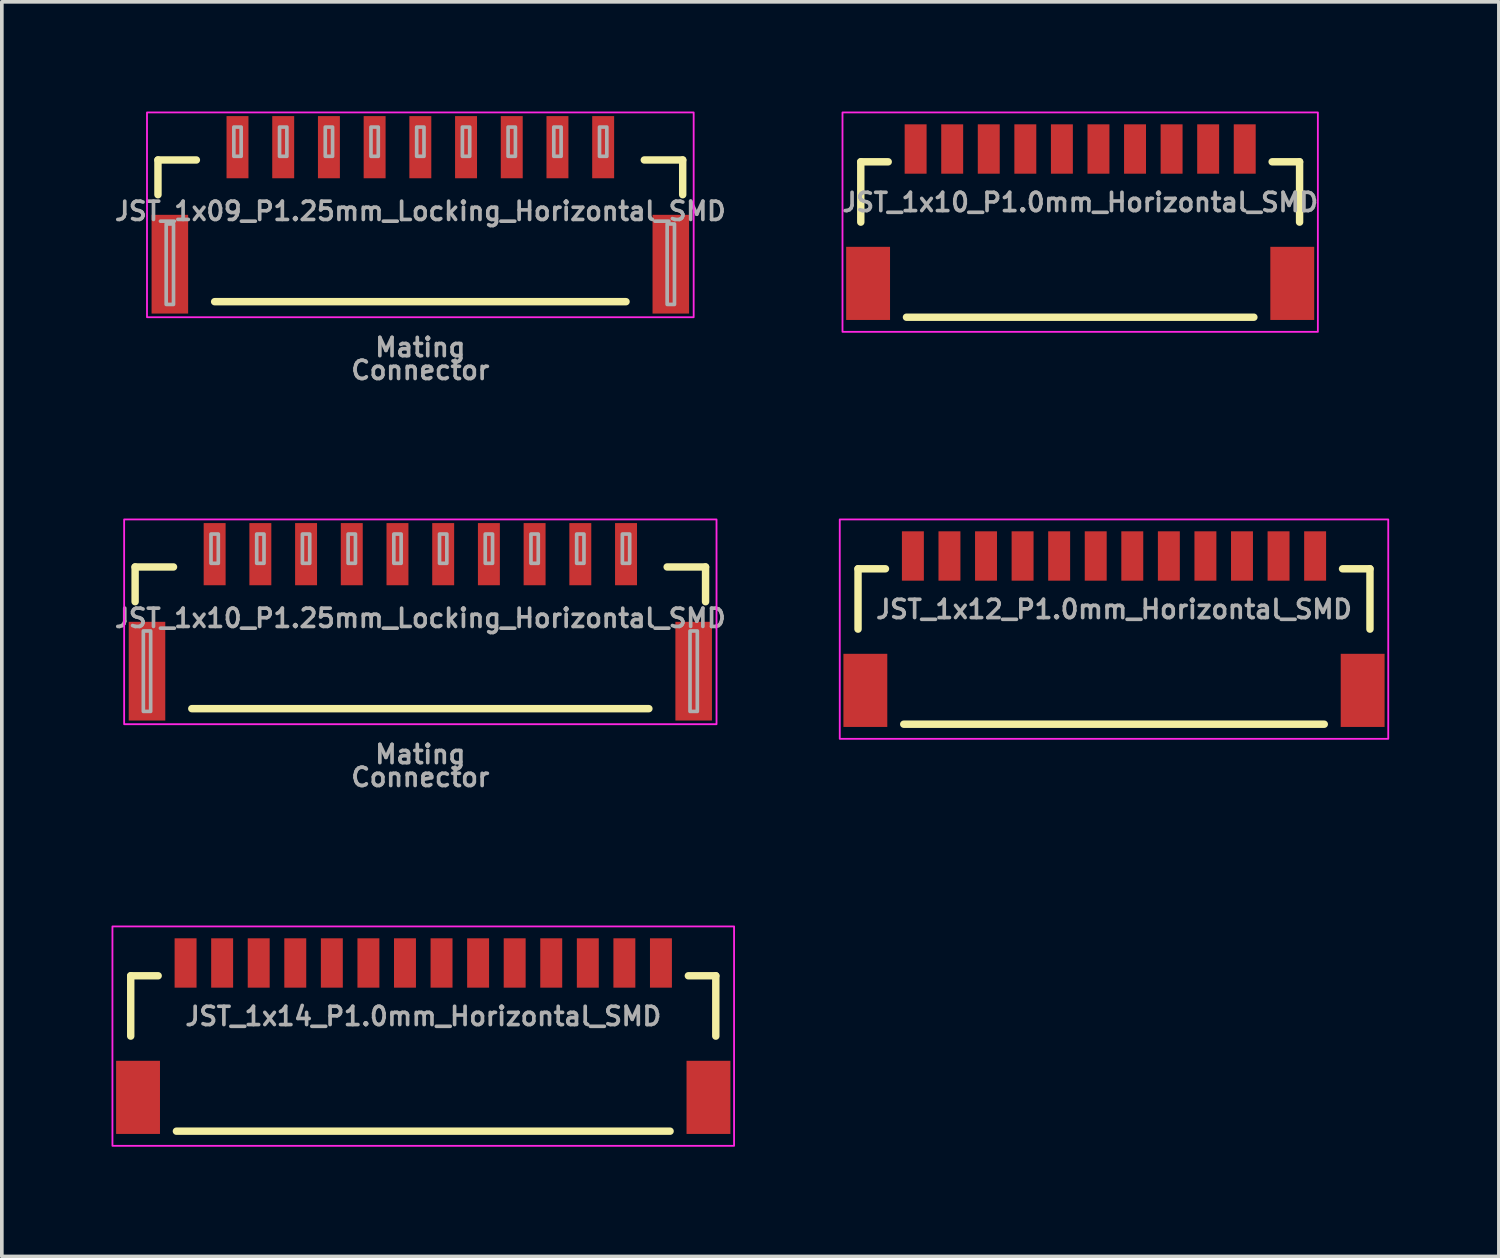
<source format=kicad_pcb>
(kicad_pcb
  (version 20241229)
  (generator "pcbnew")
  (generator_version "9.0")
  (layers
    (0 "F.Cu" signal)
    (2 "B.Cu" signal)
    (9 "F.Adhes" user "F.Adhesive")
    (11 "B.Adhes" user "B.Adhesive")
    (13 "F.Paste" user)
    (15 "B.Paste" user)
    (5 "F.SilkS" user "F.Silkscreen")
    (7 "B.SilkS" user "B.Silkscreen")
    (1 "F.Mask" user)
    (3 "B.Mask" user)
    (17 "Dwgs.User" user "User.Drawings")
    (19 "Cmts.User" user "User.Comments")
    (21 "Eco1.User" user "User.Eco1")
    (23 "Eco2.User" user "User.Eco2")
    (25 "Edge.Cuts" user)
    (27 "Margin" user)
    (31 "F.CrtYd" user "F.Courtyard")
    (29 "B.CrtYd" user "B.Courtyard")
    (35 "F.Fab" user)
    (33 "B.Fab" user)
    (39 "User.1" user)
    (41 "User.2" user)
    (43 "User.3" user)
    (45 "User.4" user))
  (footprint "JST_1x12_P1.0mm_Horizontal_SMD"
    (layer "F.Cu")
    (at 27.415 12.155)
    (property "Reference" "JST_1x12_P1.0mm_Horizontal_SMD" (at 0 1.75 0) (layer "F.Fab") (effects (font (size 0.5 0.5) (thickness 0.1)) (justify bottom)))
    (attr smd)
    (fp_line (start -7 0.35) (end -6.25 0.35) (stroke (width 0.203) (type solid)) (layer "F.SilkS"))
    (fp_line (start -7 2) (end -7 0.35) (stroke (width 0.203) (type solid)) (layer "F.SilkS"))
    (fp_line (start -5.75 4.6) (end 5.75 4.6) (stroke (width 0.203) (type solid)) (layer "F.SilkS"))
    (fp_line (start 6.25 0.35) (end 7 0.35) (stroke (width 0.203) (type solid)) (layer "F.SilkS"))
    (fp_line (start 7 0.35) (end 7 2) (stroke (width 0.203) (type solid)) (layer "F.SilkS"))
    (fp_rect (start 7.5 5) (end -7.5 -1) (stroke (width 0.05) (type default)) (fill no) (layer "F.CrtYd"))
    (pad "1" smd rect (at -5.5 0) (size 0.6 1.35) (layers "F.Cu" "F.Mask" "F.Paste"))
    (pad "2" smd rect (at -4.5 0) (size 0.6 1.35) (layers "F.Cu" "F.Mask" "F.Paste"))
    (pad "3" smd rect (at -3.5 0) (size 0.6 1.35) (layers "F.Cu" "F.Mask" "F.Paste"))
    (pad "4" smd rect (at -2.5 0) (size 0.6 1.35) (layers "F.Cu" "F.Mask" "F.Paste"))
    (pad "5" smd rect (at -1.5 0) (size 0.6 1.35) (layers "F.Cu" "F.Mask" "F.Paste"))
    (pad "6" smd rect (at -0.5 0) (size 0.6 1.35) (layers "F.Cu" "F.Mask" "F.Paste"))
    (pad "7" smd rect (at 0.5 0) (size 0.6 1.35) (layers "F.Cu" "F.Mask" "F.Paste"))
    (pad "8" smd rect (at 1.5 0) (size 0.6 1.35) (layers "F.Cu" "F.Mask" "F.Paste"))
    (pad "9" smd rect (at 2.5 0) (size 0.6 1.35) (layers "F.Cu" "F.Mask" "F.Paste"))
    (pad "10" smd rect (at 3.5 0) (size 0.6 1.35) (layers "F.Cu" "F.Mask" "F.Paste"))
    (pad "11" smd rect (at 4.5 0) (size 0.6 1.35) (layers "F.Cu" "F.Mask" "F.Paste"))
    (pad "12" smd rect (at 5.5 0) (size 0.6 1.35) (layers "F.Cu" "F.Mask" "F.Paste"))
    (pad "NC1" smd rect (at 6.8 3.675) (size 1.2 2) (layers "F.Cu" "F.Mask" "F.Paste"))
    (pad "NC2" smd rect (at -6.8 3.675) (size 1.2 2) (layers "F.Cu" "F.Mask" "F.Paste")))
  (footprint "JST_1x14_P1.0mm_Horizontal_SMD"
    (layer "F.Cu")
    (at 8.525 23.285)
    (property "Reference" "JST_1x14_P1.0mm_Horizontal_SMD" (at 0 1.75 0) (layer "F.Fab") (effects (font (size 0.5 0.5) (thickness 0.1)) (justify bottom)))
    (attr smd)
    (fp_line (start -8 0.35) (end -7.25 0.35) (stroke (width 0.203) (type solid)) (layer "F.SilkS"))
    (fp_line (start -8 2) (end -8 0.35) (stroke (width 0.203) (type solid)) (layer "F.SilkS"))
    (fp_line (start -6.75 4.6) (end 6.75 4.6) (stroke (width 0.203) (type solid)) (layer "F.SilkS"))
    (fp_line (start 7.25 0.35) (end 8 0.35) (stroke (width 0.203) (type solid)) (layer "F.SilkS"))
    (fp_line (start 8 0.35) (end 8 2) (stroke (width 0.203) (type solid)) (layer "F.SilkS"))
    (fp_rect (start 8.5 5) (end -8.5 -1) (stroke (width 0.05) (type default)) (fill no) (layer "F.CrtYd"))
    (pad "1" smd rect (at -6.5 0) (size 0.6 1.35) (layers "F.Cu" "F.Mask" "F.Paste"))
    (pad "2" smd rect (at -5.5 0) (size 0.6 1.35) (layers "F.Cu" "F.Mask" "F.Paste"))
    (pad "3" smd rect (at -4.5 0) (size 0.6 1.35) (layers "F.Cu" "F.Mask" "F.Paste"))
    (pad "4" smd rect (at -3.5 0) (size 0.6 1.35) (layers "F.Cu" "F.Mask" "F.Paste"))
    (pad "5" smd rect (at -2.5 0) (size 0.6 1.35) (layers "F.Cu" "F.Mask" "F.Paste"))
    (pad "6" smd rect (at -1.5 0) (size 0.6 1.35) (layers "F.Cu" "F.Mask" "F.Paste"))
    (pad "7" smd rect (at -0.5 0) (size 0.6 1.35) (layers "F.Cu" "F.Mask" "F.Paste"))
    (pad "8" smd rect (at 0.5 0) (size 0.6 1.35) (layers "F.Cu" "F.Mask" "F.Paste"))
    (pad "9" smd rect (at 1.5 0) (size 0.6 1.35) (layers "F.Cu" "F.Mask" "F.Paste"))
    (pad "10" smd rect (at 2.5 0) (size 0.6 1.35) (layers "F.Cu" "F.Mask" "F.Paste"))
    (pad "11" smd rect (at 3.5 0) (size 0.6 1.35) (layers "F.Cu" "F.Mask" "F.Paste"))
    (pad "12" smd rect (at 4.5 0) (size 0.6 1.35) (layers "F.Cu" "F.Mask" "F.Paste"))
    (pad "13" smd rect (at 5.5 0) (size 0.6 1.35) (layers "F.Cu" "F.Mask" "F.Paste"))
    (pad "14" smd rect (at 6.5 0) (size 0.6 1.35) (layers "F.Cu" "F.Mask" "F.Paste"))
    (pad "NC1" smd rect (at 7.8 3.675) (size 1.2 2) (layers "F.Cu" "F.Mask" "F.Paste"))
    (pad "NC2" smd rect (at -7.8 3.675) (size 1.2 2) (layers "F.Cu" "F.Mask" "F.Paste")))
  (footprint "JST_1x10_P1.0mm_Horizontal_SMD"
    (layer "F.Cu")
    (at 26.49 1.025)
    (property "Reference" "JST_1x10_P1.0mm_Horizontal_SMD" (at 0 1.75 0) (layer "F.Fab") (effects (font (size 0.5 0.5) (thickness 0.1)) (justify bottom)))
    (attr smd)
    (fp_line (start -6 0.35) (end -5.25 0.35) (stroke (width 0.203) (type solid)) (layer "F.SilkS"))
    (fp_line (start -6 2) (end -6 0.35) (stroke (width 0.203) (type solid)) (layer "F.SilkS"))
    (fp_line (start -4.75 4.6) (end 4.75 4.6) (stroke (width 0.203) (type solid)) (layer "F.SilkS"))
    (fp_line (start 5.25 0.35) (end 6 0.35) (stroke (width 0.203) (type solid)) (layer "F.SilkS"))
    (fp_line (start 6 0.35) (end 6 2) (stroke (width 0.203) (type solid)) (layer "F.SilkS"))
    (fp_rect (start 6.5 5) (end -6.5 -1) (stroke (width 0.05) (type default)) (fill no) (layer "F.CrtYd"))
    (pad "1" smd rect (at -4.5 0) (size 0.6 1.35) (layers "F.Cu" "F.Mask" "F.Paste"))
    (pad "2" smd rect (at -3.5 0) (size 0.6 1.35) (layers "F.Cu" "F.Mask" "F.Paste"))
    (pad "3" smd rect (at -2.5 0) (size 0.6 1.35) (layers "F.Cu" "F.Mask" "F.Paste"))
    (pad "4" smd rect (at -1.5 0) (size 0.6 1.35) (layers "F.Cu" "F.Mask" "F.Paste"))
    (pad "5" smd rect (at -0.5 0) (size 0.6 1.35) (layers "F.Cu" "F.Mask" "F.Paste"))
    (pad "6" smd rect (at 0.5 0) (size 0.6 1.35) (layers "F.Cu" "F.Mask" "F.Paste"))
    (pad "7" smd rect (at 1.5 0) (size 0.6 1.35) (layers "F.Cu" "F.Mask" "F.Paste"))
    (pad "8" smd rect (at 2.5 0) (size 0.6 1.35) (layers "F.Cu" "F.Mask" "F.Paste"))
    (pad "9" smd rect (at 3.5 0) (size 0.6 1.35) (layers "F.Cu" "F.Mask" "F.Paste"))
    (pad "10" smd rect (at 4.5 0) (size 0.6 1.35) (layers "F.Cu" "F.Mask" "F.Paste"))
    (pad "NC1" smd rect (at 5.8 3.675) (size 1.2 2) (layers "F.Cu" "F.Mask" "F.Paste"))
    (pad "NC2" smd rect (at -5.8 3.675) (size 1.2 2) (layers "F.Cu" "F.Mask" "F.Paste")))
  (footprint "JST_1x10_P1.25mm_Locking_Horizontal_SMD"
    (layer "F.Cu")
    (at 8.445 13.855)
    (property "Reference" "JST_1x10_P1.25mm_Locking_Horizontal_SMD" (at 0 0 0) (layer "F.Fab") (effects (font (size 0.5 0.5) (thickness 0.1))))
    (attr smd)
    (fp_line (start -7.8 -1.4) (end -6.75 -1.4) (stroke (width 0.203) (type solid)) (layer "F.SilkS"))
    (fp_line (start -7.8 -0.45) (end -7.8 -1.4) (stroke (width 0.203) (type solid)) (layer "F.SilkS"))
    (fp_line (start -6.25 2.475) (end 6.25 2.475) (stroke (width 0.203) (type solid)) (layer "F.SilkS"))
    (fp_line (start 6.75 -1.4) (end 7.8 -1.4) (stroke (width 0.203) (type solid)) (layer "F.SilkS"))
    (fp_line (start 7.8 -0.45) (end 7.8 -1.4) (stroke (width 0.203) (type solid)) (layer "F.SilkS"))
    (fp_rect (start 8.1 2.9) (end -8.1 -2.7) (stroke (width 0.05) (type default)) (fill no) (layer "F.CrtYd"))
    (fp_poly (pts (xy -7.575 2.55) (xy -7.375 2.55) (xy -7.375 0.35) (xy -7.575 0.35)) (stroke (width 0.1) (type default)) (fill no) (layer "F.Fab"))
    (fp_poly (pts (xy -5.725 -1.5) (xy -5.525 -1.5) (xy -5.525 -2.3) (xy -5.725 -2.3)) (stroke (width 0.1) (type default)) (fill no) (layer "F.Fab"))
    (fp_poly (pts (xy -4.475 -1.5) (xy -4.275 -1.5) (xy -4.275 -2.3) (xy -4.475 -2.3)) (stroke (width 0.1) (type default)) (fill no) (layer "F.Fab"))
    (fp_poly (pts (xy -3.225 -1.5) (xy -3.025 -1.5) (xy -3.025 -2.3) (xy -3.225 -2.3)) (stroke (width 0.1) (type default)) (fill no) (layer "F.Fab"))
    (fp_poly (pts (xy -1.975 -1.5) (xy -1.775 -1.5) (xy -1.775 -2.3) (xy -1.975 -2.3)) (stroke (width 0.1) (type default)) (fill no) (layer "F.Fab"))
    (fp_poly (pts (xy -0.725 -1.5) (xy -0.525 -1.5) (xy -0.525 -2.3) (xy -0.725 -2.3)) (stroke (width 0.1) (type default)) (fill no) (layer "F.Fab"))
    (fp_poly (pts (xy 0.525 -1.5) (xy 0.725 -1.5) (xy 0.725 -2.3) (xy 0.525 -2.3)) (stroke (width 0.1) (type default)) (fill no) (layer "F.Fab"))
    (fp_poly (pts (xy 1.775 -1.5) (xy 1.975 -1.5) (xy 1.975 -2.3) (xy 1.775 -2.3)) (stroke (width 0.1) (type default)) (fill no) (layer "F.Fab"))
    (fp_poly (pts (xy 3.025 -1.5) (xy 3.225 -1.5) (xy 3.225 -2.3) (xy 3.025 -2.3)) (stroke (width 0.1) (type default)) (fill no) (layer "F.Fab"))
    (fp_poly (pts (xy 4.275 -1.5) (xy 4.475 -1.5) (xy 4.475 -2.3) (xy 4.275 -2.3)) (stroke (width 0.1) (type default)) (fill no) (layer "F.Fab"))
    (fp_poly (pts (xy 5.525 -1.5) (xy 5.725 -1.5) (xy 5.725 -2.3) (xy 5.525 -2.3)) (stroke (width 0.1) (type default)) (fill no) (layer "F.Fab"))
    (fp_poly (pts (xy 7.375 2.55) (xy 7.575 2.55) (xy 7.575 0.35) (xy 7.375 0.35)) (stroke (width 0.1) (type default)) (fill no) (layer "F.Fab"))
    (fp_rect (start -7.875 -1.5) (end 7.875 2.55) (stroke (width 0.01) (type default)) (fill no) (layer "User.1"))
    (fp_rect (start -6.875 -0.3) (end 6.875 5.4) (stroke (width 0.01) (type default)) (fill no) (layer "User.1"))
    (fp_text user "Connector" (at 0 4.35 0) (unlocked yes) (layer "F.Fab") (effects (font (size 0.5 0.5) (thickness 0.1) (bold yes))))
    (fp_text user "Mating" (at 0 3.725 0) (unlocked yes) (layer "F.Fab") (effects (font (size 0.5 0.5) (thickness 0.1) (bold yes))))
    (pad "1" smd rect (at -5.625 -1.75) (size 0.6 1.7) (layers "F.Cu" "F.Mask" "F.Paste"))
    (pad "2" smd rect (at -4.375 -1.75) (size 0.6 1.7) (layers "F.Cu" "F.Mask" "F.Paste"))
    (pad "3" smd rect (at -3.125 -1.75) (size 0.6 1.7) (layers "F.Cu" "F.Mask" "F.Paste"))
    (pad "4" smd rect (at -1.875 -1.75) (size 0.6 1.7) (layers "F.Cu" "F.Mask" "F.Paste"))
    (pad "5" smd rect (at -0.625 -1.75) (size 0.6 1.7) (layers "F.Cu" "F.Mask" "F.Paste"))
    (pad "6" smd rect (at 0.625 -1.75) (size 0.6 1.7) (layers "F.Cu" "F.Mask" "F.Paste"))
    (pad "7" smd rect (at 1.875 -1.75) (size 0.6 1.7) (layers "F.Cu" "F.Mask" "F.Paste"))
    (pad "8" smd rect (at 3.125 -1.75) (size 0.6 1.7) (layers "F.Cu" "F.Mask" "F.Paste"))
    (pad "9" smd rect (at 4.375 -1.75) (size 0.6 1.7) (layers "F.Cu" "F.Mask" "F.Paste"))
    (pad "10" smd rect (at 5.625 -1.75) (size 0.6 1.7) (layers "F.Cu" "F.Mask" "F.Paste"))
    (pad "NC1" smd rect (at -7.475 1.45) (size 1 2.7) (layers "F.Cu" "F.Mask" "F.Paste"))
    (pad "NC2" smd rect (at 7.475 1.45) (size 1 2.7) (layers "F.Cu" "F.Mask" "F.Paste")))
  (footprint "JST_1x09_P1.25mm_Locking_Horizontal_SMD"
    (layer "F.Cu")
    (at 8.445 2.725)
    (property "Reference" "JST_1x09_P1.25mm_Locking_Horizontal_SMD" (at 0 0 0) (layer "F.Fab") (effects (font (size 0.5 0.5) (thickness 0.1))))
    (attr smd)
    (fp_line (start -7.175 -1.4) (end -6.125 -1.4) (stroke (width 0.203) (type solid)) (layer "F.SilkS"))
    (fp_line (start -7.175 -0.45) (end -7.175 -1.4) (stroke (width 0.203) (type solid)) (layer "F.SilkS"))
    (fp_line (start -5.625 2.475) (end 5.625 2.475) (stroke (width 0.203) (type solid)) (layer "F.SilkS"))
    (fp_line (start 6.125 -1.4) (end 7.175 -1.4) (stroke (width 0.203) (type solid)) (layer "F.SilkS"))
    (fp_line (start 7.175 -0.45) (end 7.175 -1.4) (stroke (width 0.203) (type solid)) (layer "F.SilkS"))
    (fp_rect (start 7.475 2.9) (end -7.475 -2.7) (stroke (width 0.05) (type default)) (fill no) (layer "F.CrtYd"))
    (fp_poly (pts (xy -6.95 2.55) (xy -6.75 2.55) (xy -6.75 0.35) (xy -6.95 0.35)) (stroke (width 0.1) (type default)) (fill no) (layer "F.Fab"))
    (fp_poly (pts (xy -5.1 -1.5) (xy -4.9 -1.5) (xy -4.9 -2.3) (xy -5.1 -2.3)) (stroke (width 0.1) (type default)) (fill no) (layer "F.Fab"))
    (fp_poly (pts (xy -3.85 -1.5) (xy -3.65 -1.5) (xy -3.65 -2.3) (xy -3.85 -2.3)) (stroke (width 0.1) (type default)) (fill no) (layer "F.Fab"))
    (fp_poly (pts (xy -2.6 -1.5) (xy -2.4 -1.5) (xy -2.4 -2.3) (xy -2.6 -2.3)) (stroke (width 0.1) (type default)) (fill no) (layer "F.Fab"))
    (fp_poly (pts (xy -1.35 -1.5) (xy -1.15 -1.5) (xy -1.15 -2.3) (xy -1.35 -2.3)) (stroke (width 0.1) (type default)) (fill no) (layer "F.Fab"))
    (fp_poly (pts (xy -0.1 -1.5) (xy 0.1 -1.5) (xy 0.1 -2.3) (xy -0.1 -2.3)) (stroke (width 0.1) (type default)) (fill no) (layer "F.Fab"))
    (fp_poly (pts (xy 1.15 -1.5) (xy 1.35 -1.5) (xy 1.35 -2.3) (xy 1.15 -2.3)) (stroke (width 0.1) (type default)) (fill no) (layer "F.Fab"))
    (fp_poly (pts (xy 2.4 -1.5) (xy 2.6 -1.5) (xy 2.6 -2.3) (xy 2.4 -2.3)) (stroke (width 0.1) (type default)) (fill no) (layer "F.Fab"))
    (fp_poly (pts (xy 3.65 -1.5) (xy 3.85 -1.5) (xy 3.85 -2.3) (xy 3.65 -2.3)) (stroke (width 0.1) (type default)) (fill no) (layer "F.Fab"))
    (fp_poly (pts (xy 4.9 -1.5) (xy 5.1 -1.5) (xy 5.1 -2.3) (xy 4.9 -2.3)) (stroke (width 0.1) (type default)) (fill no) (layer "F.Fab"))
    (fp_poly (pts (xy 6.75 2.55) (xy 6.95 2.55) (xy 6.95 0.35) (xy 6.75 0.35)) (stroke (width 0.1) (type default)) (fill no) (layer "F.Fab"))
    (fp_rect (start -7.25 -1.5) (end 7.25 2.55) (stroke (width 0.01) (type default)) (fill no) (layer "User.1"))
    (fp_rect (start -6.25 -0.3) (end 6.25 5.4) (stroke (width 0.01) (type default)) (fill no) (layer "User.1"))
    (fp_text user "Connector" (at 0 4.35 0) (unlocked yes) (layer "F.Fab") (effects (font (size 0.5 0.5) (thickness 0.1) (bold yes))))
    (fp_text user "Mating" (at 0 3.725 0) (unlocked yes) (layer "F.Fab") (effects (font (size 0.5 0.5) (thickness 0.1) (bold yes))))
    (pad "1" smd rect (at -5 -1.75) (size 0.6 1.7) (layers "F.Cu" "F.Mask" "F.Paste"))
    (pad "2" smd rect (at -3.75 -1.75) (size 0.6 1.7) (layers "F.Cu" "F.Mask" "F.Paste"))
    (pad "3" smd rect (at -2.5 -1.75) (size 0.6 1.7) (layers "F.Cu" "F.Mask" "F.Paste"))
    (pad "4" smd rect (at -1.25 -1.75) (size 0.6 1.7) (layers "F.Cu" "F.Mask" "F.Paste"))
    (pad "5" smd rect (at 0 -1.75) (size 0.6 1.7) (layers "F.Cu" "F.Mask" "F.Paste"))
    (pad "6" smd rect (at 1.25 -1.75) (size 0.6 1.7) (layers "F.Cu" "F.Mask" "F.Paste"))
    (pad "7" smd rect (at 2.5 -1.75) (size 0.6 1.7) (layers "F.Cu" "F.Mask" "F.Paste"))
    (pad "8" smd rect (at 3.75 -1.75) (size 0.6 1.7) (layers "F.Cu" "F.Mask" "F.Paste"))
    (pad "9" smd rect (at 5 -1.75) (size 0.6 1.7) (layers "F.Cu" "F.Mask" "F.Paste"))
    (pad "NC1" smd rect (at -6.85 1.45) (size 1 2.7) (layers "F.Cu" "F.Mask" "F.Paste"))
    (pad "NC2" smd rect (at 6.85 1.45) (size 1 2.7) (layers "F.Cu" "F.Mask" "F.Paste")))
  (gr_rect
    (start -3 -3)
    (end 37.94 31.31)
    (stroke (width 0.1) (type default))
    (fill no)
    (layer "Edge.Cuts")))
</source>
